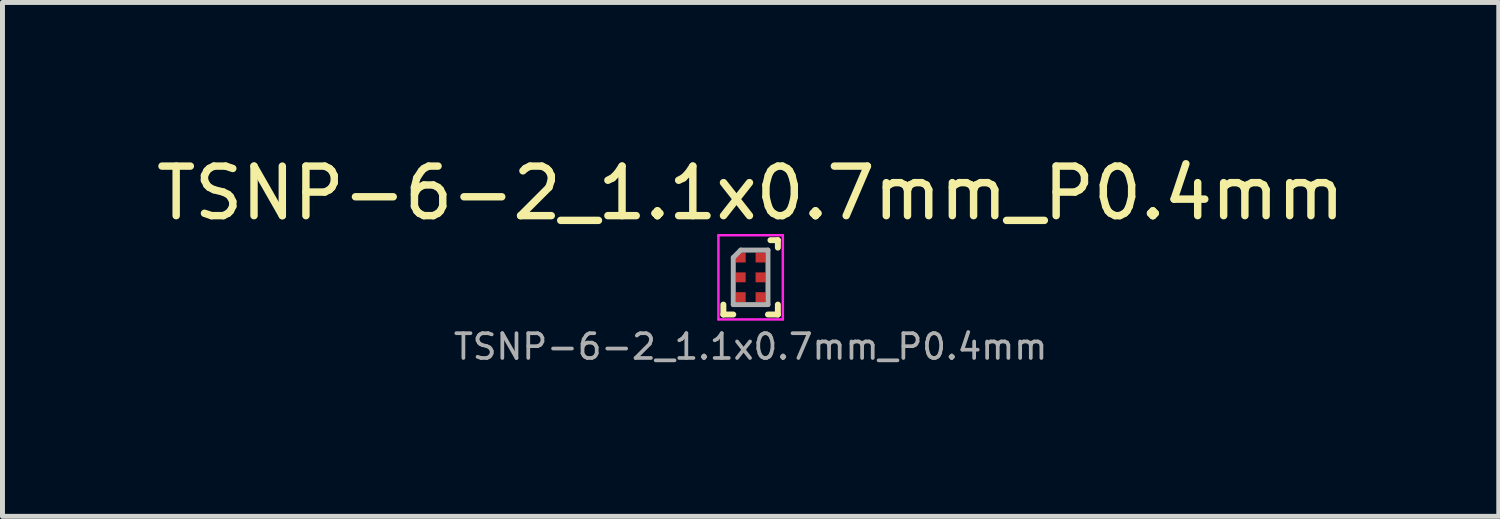
<source format=kicad_pcb>
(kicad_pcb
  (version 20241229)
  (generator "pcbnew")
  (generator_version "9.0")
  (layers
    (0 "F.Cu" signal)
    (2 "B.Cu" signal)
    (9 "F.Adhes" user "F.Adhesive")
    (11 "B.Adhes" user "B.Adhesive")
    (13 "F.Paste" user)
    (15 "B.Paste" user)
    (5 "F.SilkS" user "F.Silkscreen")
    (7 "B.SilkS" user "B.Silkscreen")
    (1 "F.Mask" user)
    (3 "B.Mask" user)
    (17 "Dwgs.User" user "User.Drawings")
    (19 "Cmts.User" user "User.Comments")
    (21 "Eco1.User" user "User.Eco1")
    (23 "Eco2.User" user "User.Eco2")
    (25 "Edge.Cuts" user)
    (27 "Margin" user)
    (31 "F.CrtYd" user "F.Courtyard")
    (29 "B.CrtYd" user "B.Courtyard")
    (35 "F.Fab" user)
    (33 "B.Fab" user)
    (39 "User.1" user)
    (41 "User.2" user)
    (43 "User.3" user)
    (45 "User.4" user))
  (footprint "TSNP-6-2_1.1x0.7mm_P0.4mm"
    (layer "F.Cu")
    (at 12.101 2.548)
    (property "Reference" "TSNP-6-2_1.1x0.7mm_P0.4mm" (at 0 -1.7 0) (layer "F.SilkS") (effects (font (size 1 1) (thickness 0.15))))
    (attr smd)
    (fp_line (start -0.55 0.75) (end -0.55 0.55) (stroke (width 0.12) (type solid)) (layer "F.SilkS"))
    (fp_line (start -0.55 0.75) (end -0.35 0.75) (stroke (width 0.12) (type solid)) (layer "F.SilkS"))
    (fp_line (start 0.55 -0.75) (end 0.4 -0.75) (stroke (width 0.12) (type solid)) (layer "F.SilkS"))
    (fp_line (start 0.55 -0.75) (end 0.55 -0.6) (stroke (width 0.12) (type solid)) (layer "F.SilkS"))
    (fp_line (start 0.55 0.75) (end 0.35 0.75) (stroke (width 0.12) (type solid)) (layer "F.SilkS"))
    (fp_line (start 0.55 0.75) (end 0.55 0.55) (stroke (width 0.12) (type solid)) (layer "F.SilkS"))
    (fp_line (start -0.65 -0.85) (end -0.65 0.85) (stroke (width 0.05) (type solid)) (layer "F.CrtYd"))
    (fp_line (start -0.65 -0.85) (end 0.65 -0.85) (stroke (width 0.05) (type solid)) (layer "F.CrtYd"))
    (fp_line (start 0.65 0.85) (end -0.65 0.85) (stroke (width 0.05) (type solid)) (layer "F.CrtYd"))
    (fp_line (start 0.65 0.85) (end 0.65 -0.85) (stroke (width 0.05) (type solid)) (layer "F.CrtYd"))
    (fp_line (start -0.35 -0.4) (end -0.2 -0.55) (stroke (width 0.1) (type solid)) (layer "F.Fab"))
    (fp_line (start -0.35 0.55) (end -0.35 -0.4) (stroke (width 0.1) (type solid)) (layer "F.Fab"))
    (fp_line (start -0.2 -0.55) (end 0.35 -0.55) (stroke (width 0.1) (type solid)) (layer "F.Fab"))
    (fp_line (start 0.35 -0.55) (end 0.35 0.55) (stroke (width 0.1) (type solid)) (layer "F.Fab"))
    (fp_line (start 0.35 0.55) (end -0.35 0.55) (stroke (width 0.1) (type solid)) (layer "F.Fab"))
    (fp_text user "${REFERENCE}" (at 0 1.4 0) (layer "F.Fab") (effects (font (size 0.5 0.5) (thickness 0.075))))
    (pad "1" smd rect (at -0.2 -0.4 180) (size 0.2 0.2) (layers "F.Cu" "F.Mask" "F.Paste"))
    (pad "2" smd rect (at -0.2 0 180) (size 0.2 0.2) (layers "F.Cu" "F.Mask" "F.Paste"))
    (pad "3" smd rect (at -0.2 0.4 180) (size 0.2 0.2) (layers "F.Cu" "F.Mask" "F.Paste"))
    (pad "4" smd rect (at 0.2 0.4 180) (size 0.2 0.2) (layers "F.Cu" "F.Mask" "F.Paste"))
    (pad "5" smd rect (at 0.2 0 180) (size 0.2 0.2) (layers "F.Cu" "F.Mask" "F.Paste"))
    (pad "6" smd rect (at 0.2 -0.4 180) (size 0.2 0.2) (layers "F.Cu" "F.Mask" "F.Paste")))
  (gr_rect
    (start -3 -3)
    (end 27.202 7.372)
    (stroke (width 0.1) (type default))
    (fill no)
    (layer "Edge.Cuts")))
</source>
